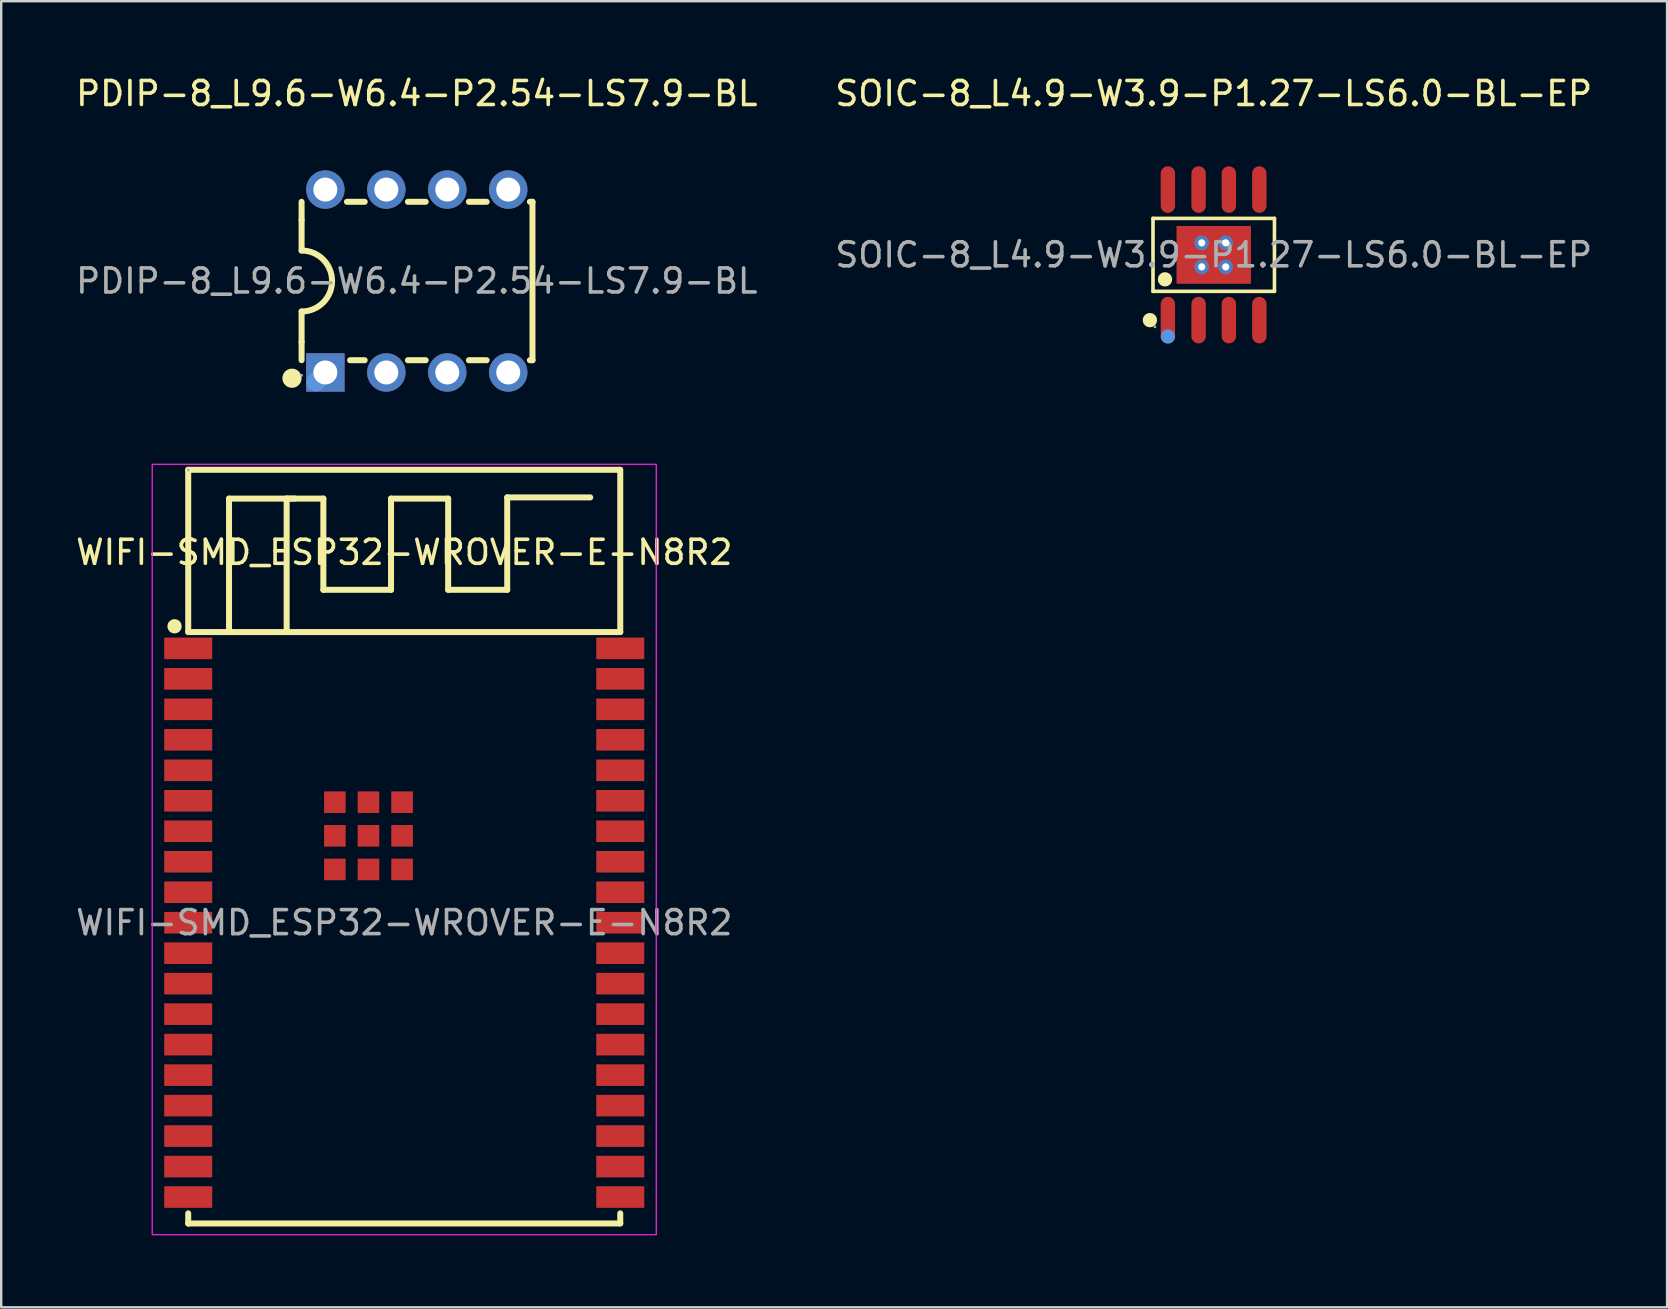
<source format=kicad_pcb>
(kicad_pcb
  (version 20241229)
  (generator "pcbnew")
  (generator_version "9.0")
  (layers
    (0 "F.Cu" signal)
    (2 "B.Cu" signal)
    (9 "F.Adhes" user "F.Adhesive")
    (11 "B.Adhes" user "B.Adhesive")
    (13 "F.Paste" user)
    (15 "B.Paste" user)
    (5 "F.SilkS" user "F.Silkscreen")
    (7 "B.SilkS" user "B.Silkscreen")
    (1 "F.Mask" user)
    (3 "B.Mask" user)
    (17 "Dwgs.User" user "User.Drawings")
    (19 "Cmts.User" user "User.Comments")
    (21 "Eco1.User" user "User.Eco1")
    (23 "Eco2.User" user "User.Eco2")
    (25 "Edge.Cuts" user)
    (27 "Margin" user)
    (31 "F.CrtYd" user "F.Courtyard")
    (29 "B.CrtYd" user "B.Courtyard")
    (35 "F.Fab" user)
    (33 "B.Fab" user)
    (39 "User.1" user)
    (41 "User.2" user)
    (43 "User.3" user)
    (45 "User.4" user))
  (footprint "SOIC-8_L4.9-W3.9-P1.27-LS6.0-BL-EP"
    (layer "F.Cu")
    (at 47.518 7.568)
    (property "Reference" "SOIC-8_L4.9-W3.9-P1.27-LS6.0-BL-EP" (at 0 -6.72 0) (layer "F.SilkS") (effects (font (size 1 1) (thickness 0.15))))
    (attr smd)
    (fp_line (start -2.53 -1.52) (end 2.53 -1.52) (stroke (width 0.15) (type solid)) (layer "F.SilkS"))
    (fp_line (start -2.53 1.52) (end -2.53 -1.52) (stroke (width 0.15) (type solid)) (layer "F.SilkS"))
    (fp_line (start 2.53 -1.52) (end 2.53 1.52) (stroke (width 0.15) (type solid)) (layer "F.SilkS"))
    (fp_line (start 2.53 1.52) (end -2.53 1.52) (stroke (width 0.15) (type solid)) (layer "F.SilkS"))
    (fp_circle (center -2.66 2.72) (end -2.51 2.72) (stroke (width 0.3) (type solid)) (fill no) (layer "F.SilkS"))
    (fp_circle (center -2.03 1.02) (end -1.88 1.02) (stroke (width 0.3) (type solid)) (fill no) (layer "F.SilkS"))
    (fp_circle (center -1.91 3.4) (end -1.76 3.4) (stroke (width 0.3) (type solid)) (fill no) (layer "Cmts.User"))
    (fp_circle (center -2.45 3) (end -2.42 3) (stroke (width 0.06) (type solid)) (fill no) (layer "F.Fab"))
    (fp_text user "${REFERENCE}" (at 0 0 0) (layer "F.Fab") (effects (font (size 1 1) (thickness 0.15))))
    (pad "" thru_hole circle (at -0.5 -0.5) (size 0.61 0.61) (drill 0.3) (layers "*.Cu" "*.Paste" "*.Mask"))
    (pad "" thru_hole circle (at -0.5 0.5) (size 0.61 0.61) (drill 0.3) (layers "*.Cu" "*.Paste" "*.Mask"))
    (pad "" thru_hole circle (at 0.5 -0.5) (size 0.61 0.61) (drill 0.3) (layers "*.Cu" "*.Paste" "*.Mask"))
    (pad "" thru_hole circle (at 0.5 0.5) (size 0.61 0.61) (drill 0.3) (layers "*.Cu" "*.Paste" "*.Mask"))
    (pad "1" smd oval (at -1.91 2.72) (size 0.6 1.94) (layers "F.Cu" "F.Mask" "F.Paste"))
    (pad "2" smd oval (at -0.63 2.72) (size 0.6 1.94) (layers "F.Cu" "F.Mask" "F.Paste"))
    (pad "3" smd oval (at 0.63 2.72) (size 0.6 1.94) (layers "F.Cu" "F.Mask" "F.Paste"))
    (pad "4" smd oval (at 1.9 2.72) (size 0.6 1.94) (layers "F.Cu" "F.Mask" "F.Paste"))
    (pad "5" smd oval (at 1.9 -2.72) (size 0.6 1.94) (layers "F.Cu" "F.Mask" "F.Paste"))
    (pad "6" smd oval (at 0.63 -2.72) (size 0.6 1.94) (layers "F.Cu" "F.Mask" "F.Paste"))
    (pad "7" smd oval (at -0.63 -2.72) (size 0.6 1.94) (layers "F.Cu" "F.Mask" "F.Paste"))
    (pad "8" smd oval (at -1.91 -2.72) (size 0.6 1.94) (layers "F.Cu" "F.Mask" "F.Paste"))
    (pad "9" smd rect (at 0 0) (size 3.1 2.41) (layers "F.Cu" "F.Mask" "F.Paste")))
  (footprint "PDIP-8_L9.6-W6.4-P2.54-LS7.9-BL"
    (layer "F.Cu")
    (at 14.315 8.658)
    (property "Reference" "PDIP-8_L9.6-W6.4-P2.54-LS7.9-BL" (at 0 -7.81 0) (layer "F.SilkS") (effects (font (size 1 1) (thickness 0.15))))
    (attr smd)
    (fp_line (start -4.8 -2.54) (end -4.8 -3.3) (stroke (width 0.25) (type solid)) (layer "F.SilkS"))
    (fp_line (start -4.8 -1.27) (end -4.8 -2.54) (stroke (width 0.25) (type solid)) (layer "F.SilkS"))
    (fp_line (start -4.8 2.54) (end -4.8 1.27) (stroke (width 0.25) (type solid)) (layer "F.SilkS"))
    (fp_line (start -4.8 3.3) (end -4.8 2.54) (stroke (width 0.25) (type solid)) (layer "F.SilkS"))
    (fp_line (start -2.91 -3.3) (end -2.17 -3.3) (stroke (width 0.25) (type solid)) (layer "F.SilkS"))
    (fp_line (start -2.17 3.3) (end -2.78 3.3) (stroke (width 0.25) (type solid)) (layer "F.SilkS"))
    (fp_line (start -0.37 -3.3) (end 0.37 -3.3) (stroke (width 0.25) (type solid)) (layer "F.SilkS"))
    (fp_line (start 0.37 3.3) (end -0.37 3.3) (stroke (width 0.25) (type solid)) (layer "F.SilkS"))
    (fp_line (start 2.17 -3.3) (end 2.91 -3.3) (stroke (width 0.25) (type solid)) (layer "F.SilkS"))
    (fp_line (start 2.91 3.3) (end 2.17 3.3) (stroke (width 0.25) (type solid)) (layer "F.SilkS"))
    (fp_line (start 4.71 -3.3) (end 4.82 -3.3) (stroke (width 0.25) (type solid)) (layer "F.SilkS"))
    (fp_line (start 4.82 -3.3) (end 4.82 3.3) (stroke (width 0.25) (type solid)) (layer "F.SilkS"))
    (fp_line (start 4.82 3.3) (end 4.71 3.3) (stroke (width 0.25) (type solid)) (layer "F.SilkS"))
    (fp_arc (start -4.8 -1.27) (mid -3.53 0) (end -4.8 1.27) (stroke (width 0.25) (type solid)) (layer "F.SilkS"))
    (fp_circle (center -5.2 4.05) (end -5 4.05) (stroke (width 0.4) (type solid)) (fill no) (layer "F.SilkS"))
    (fp_circle (center -4.2 4.2) (end -4 4.2) (stroke (width 0.4) (type solid)) (fill no) (layer "Cmts.User"))
    (fp_circle (center -4.8 3.93) (end -4.77 3.93) (stroke (width 0.06) (type solid)) (fill no) (layer "F.Fab"))
    (fp_text user "${REFERENCE}" (at 0 0 0) (layer "F.Fab") (effects (font (size 1 1) (thickness 0.15))))
    (pad "1" thru_hole rect (at -3.81 3.81) (size 1.6 1.6) (drill 1) (layers "*.Cu" "*.Mask"))
    (pad "2" thru_hole circle (at -1.27 3.81) (size 1.6 1.6) (drill 1) (layers "*.Cu" "*.Mask"))
    (pad "3" thru_hole circle (at 1.27 3.81) (size 1.6 1.6) (drill 1) (layers "*.Cu" "*.Mask"))
    (pad "4" thru_hole circle (at 3.81 3.81) (size 1.6 1.6) (drill 1) (layers "*.Cu" "*.Mask"))
    (pad "5" thru_hole circle (at 3.81 -3.81) (size 1.6 1.6) (drill 1) (layers "*.Cu" "*.Mask"))
    (pad "6" thru_hole circle (at 1.27 -3.81) (size 1.6 1.6) (drill 1) (layers "*.Cu" "*.Mask"))
    (pad "7" thru_hole circle (at -1.27 -3.81) (size 1.6 1.6) (drill 1) (layers "*.Cu" "*.Mask"))
    (pad "8" thru_hole circle (at -3.81 -3.81) (size 1.6 1.6) (drill 1) (layers "*.Cu" "*.Mask")))
  (footprint "WIFI-SMD_ESP32-WROVER-E-N8R2"
    (layer "F.Cu")
    (at 13.792 35.393)
    (property "Reference" "WIFI-SMD_ESP32-WROVER-E-N8R2" (at 0 -15.43 0) (layer "F.SilkS") (effects (font (size 1 1) (thickness 0.15))))
    (attr smd)
    (fp_line (start -9 -18.87) (end 8.99 -18.87) (stroke (width 0.25) (type solid)) (layer "F.SilkS"))
    (fp_line (start -9 -12.11) (end -9 -18.87) (stroke (width 0.25) (type solid)) (layer "F.SilkS"))
    (fp_line (start -9 -12.11) (end 9 -12.11) (stroke (width 0.25) (type solid)) (layer "F.SilkS"))
    (fp_line (start -9 12.53) (end -9 12.11) (stroke (width 0.25) (type solid)) (layer "F.SilkS"))
    (fp_line (start -8.99 12.53) (end -9 12.53) (stroke (width 0.25) (type solid)) (layer "F.SilkS"))
    (fp_line (start -7.3 -17.67) (end -3.37 -17.67) (stroke (width 0.25) (type solid)) (layer "F.SilkS"))
    (fp_line (start -7.3 -12.11) (end -7.3 -17.67) (stroke (width 0.25) (type solid)) (layer "F.SilkS"))
    (fp_line (start -4.9 -17.67) (end -4.9 -12.11) (stroke (width 0.25) (type solid)) (layer "F.SilkS"))
    (fp_line (start -4.56 -17.67) (end -4.9 -17.67) (stroke (width 0.25) (type solid)) (layer "F.SilkS"))
    (fp_line (start -3.37 -17.67) (end -3.37 -13.87) (stroke (width 0.25) (type solid)) (layer "F.SilkS"))
    (fp_line (start -3.37 -13.87) (end -0.55 -13.87) (stroke (width 0.25) (type solid)) (layer "F.SilkS"))
    (fp_line (start -0.55 -17.67) (end 1.83 -17.67) (stroke (width 0.25) (type solid)) (layer "F.SilkS"))
    (fp_line (start -0.55 -13.87) (end -0.55 -17.67) (stroke (width 0.25) (type solid)) (layer "F.SilkS"))
    (fp_line (start 1.83 -17.67) (end 1.83 -13.87) (stroke (width 0.25) (type solid)) (layer "F.SilkS"))
    (fp_line (start 1.83 -13.87) (end 4.29 -13.87) (stroke (width 0.25) (type solid)) (layer "F.SilkS"))
    (fp_line (start 4.29 -17.72) (end 7.75 -17.72) (stroke (width 0.25) (type solid)) (layer "F.SilkS"))
    (fp_line (start 4.29 -13.87) (end 4.29 -17.72) (stroke (width 0.25) (type solid)) (layer "F.SilkS"))
    (fp_line (start 9 -18.87) (end 9 -12.11) (stroke (width 0.25) (type solid)) (layer "F.SilkS"))
    (fp_line (start 9 12.11) (end 9 12.53) (stroke (width 0.25) (type solid)) (layer "F.SilkS"))
    (fp_line (start 9 12.53) (end -8.99 12.53) (stroke (width 0.25) (type solid)) (layer "F.SilkS"))
    (fp_circle (center -9.57 -12.35) (end -9.42 -12.35) (stroke (width 0.3) (type solid)) (fill no) (layer "F.SilkS"))
    (fp_rect (start -10.5 -19.1) (end 10.5 13) (stroke (width 0.05) (type default)) (fill no) (layer "F.CrtYd"))
    (fp_circle (center -9 -18.86) (end -8.97 -18.86) (stroke (width 0.06) (type solid)) (fill no) (layer "F.Fab"))
    (fp_text user "${REFERENCE}" (at 0 0 0) (layer "F.Fab") (effects (font (size 1 1) (thickness 0.15))))
    (pad "1" smd rect (at -9 -11.43) (size 2 0.9) (layers "F.Cu" "F.Mask" "F.Paste"))
    (pad "2" smd rect (at -9 -10.16) (size 2 0.9) (layers "F.Cu" "F.Mask" "F.Paste"))
    (pad "3" smd rect (at -9 -8.89) (size 2 0.9) (layers "F.Cu" "F.Mask" "F.Paste"))
    (pad "4" smd rect (at -9 -7.62) (size 2 0.9) (layers "F.Cu" "F.Mask" "F.Paste"))
    (pad "5" smd rect (at -9 -6.35) (size 2 0.9) (layers "F.Cu" "F.Mask" "F.Paste"))
    (pad "6" smd rect (at -9 -5.08) (size 2 0.9) (layers "F.Cu" "F.Mask" "F.Paste"))
    (pad "7" smd rect (at -9 -3.81) (size 2 0.9) (layers "F.Cu" "F.Mask" "F.Paste"))
    (pad "8" smd rect (at -9 -2.54) (size 2 0.9) (layers "F.Cu" "F.Mask" "F.Paste"))
    (pad "9" smd rect (at -9 -1.27) (size 2 0.9) (layers "F.Cu" "F.Mask" "F.Paste"))
    (pad "10" smd rect (at -9 0) (size 2 0.9) (layers "F.Cu" "F.Mask" "F.Paste"))
    (pad "11" smd rect (at -9 1.27) (size 2 0.9) (layers "F.Cu" "F.Mask" "F.Paste"))
    (pad "12" smd rect (at -9 2.54) (size 2 0.9) (layers "F.Cu" "F.Mask" "F.Paste"))
    (pad "13" smd rect (at -9 3.81) (size 2 0.9) (layers "F.Cu" "F.Mask" "F.Paste"))
    (pad "14" smd rect (at -9 5.08) (size 2 0.9) (layers "F.Cu" "F.Mask" "F.Paste"))
    (pad "15" smd rect (at -9 6.35) (size 2 0.9) (layers "F.Cu" "F.Mask" "F.Paste"))
    (pad "16" smd rect (at -9 7.62) (size 2 0.9) (layers "F.Cu" "F.Mask" "F.Paste"))
    (pad "17" smd rect (at -9 8.89) (size 2 0.9) (layers "F.Cu" "F.Mask" "F.Paste"))
    (pad "18" smd rect (at -9 10.16) (size 2 0.9) (layers "F.Cu" "F.Mask" "F.Paste"))
    (pad "19" smd rect (at -9 11.43) (size 2 0.9) (layers "F.Cu" "F.Mask" "F.Paste"))
    (pad "20" smd rect (at 9 11.43) (size 2 0.9) (layers "F.Cu" "F.Mask" "F.Paste"))
    (pad "21" smd rect (at 9 10.16) (size 2 0.9) (layers "F.Cu" "F.Mask" "F.Paste"))
    (pad "22" smd rect (at 9 8.89) (size 2 0.9) (layers "F.Cu" "F.Mask" "F.Paste"))
    (pad "23" smd rect (at 9 7.62) (size 2 0.9) (layers "F.Cu" "F.Mask" "F.Paste"))
    (pad "24" smd rect (at 9 6.35) (size 2 0.9) (layers "F.Cu" "F.Mask" "F.Paste"))
    (pad "25" smd rect (at 9 5.08) (size 2 0.9) (layers "F.Cu" "F.Mask" "F.Paste"))
    (pad "26" smd rect (at 9 3.81) (size 2 0.9) (layers "F.Cu" "F.Mask" "F.Paste"))
    (pad "27" smd rect (at 9 2.54) (size 2 0.9) (layers "F.Cu" "F.Mask" "F.Paste"))
    (pad "28" smd rect (at 9 1.27) (size 2 0.9) (layers "F.Cu" "F.Mask" "F.Paste"))
    (pad "29" smd rect (at 9 0) (size 2 0.9) (layers "F.Cu" "F.Mask" "F.Paste"))
    (pad "30" smd rect (at 9 -1.27) (size 2 0.9) (layers "F.Cu" "F.Mask" "F.Paste"))
    (pad "31" smd rect (at 9 -2.54) (size 2 0.9) (layers "F.Cu" "F.Mask" "F.Paste"))
    (pad "32" smd rect (at 9 -3.81) (size 2 0.9) (layers "F.Cu" "F.Mask" "F.Paste"))
    (pad "33" smd rect (at 9 -5.08) (size 2 0.9) (layers "F.Cu" "F.Mask" "F.Paste"))
    (pad "34" smd rect (at 9 -6.35) (size 2 0.9) (layers "F.Cu" "F.Mask" "F.Paste"))
    (pad "35" smd rect (at 9 -7.62) (size 2 0.9) (layers "F.Cu" "F.Mask" "F.Paste"))
    (pad "36" smd rect (at 9 -8.89) (size 2 0.9) (layers "F.Cu" "F.Mask" "F.Paste"))
    (pad "37" smd rect (at 9 -10.16) (size 2 0.9) (layers "F.Cu" "F.Mask" "F.Paste"))
    (pad "38" smd rect (at 9 -11.43) (size 2 0.9) (layers "F.Cu" "F.Mask" "F.Paste"))
    (pad "39" smd rect (at -2.89 -5.02) (size 0.9 0.9) (layers "F.Cu" "F.Mask" "F.Paste"))
    (pad "39" smd rect (at -2.89 -3.62) (size 0.9 0.9) (layers "F.Cu" "F.Mask" "F.Paste"))
    (pad "39" smd rect (at -2.89 -2.22) (size 0.9 0.9) (layers "F.Cu" "F.Mask" "F.Paste"))
    (pad "39" smd rect (at -1.49 -5.02) (size 0.9 0.9) (layers "F.Cu" "F.Mask" "F.Paste"))
    (pad "39" smd rect (at -1.49 -3.62) (size 0.9 0.9) (layers "F.Cu" "F.Mask" "F.Paste"))
    (pad "39" smd rect (at -1.49 -2.22) (size 0.9 0.9) (layers "F.Cu" "F.Mask" "F.Paste"))
    (pad "39" smd rect (at -0.09 -5.02) (size 0.9 0.9) (layers "F.Cu" "F.Mask" "F.Paste"))
    (pad "39" smd rect (at -0.09 -3.62) (size 0.9 0.9) (layers "F.Cu" "F.Mask" "F.Paste"))
    (pad "39" smd rect (at -0.09 -2.22) (size 0.9 0.9) (layers "F.Cu" "F.Mask" "F.Paste")))
  (gr_rect
    (start -3 -3)
    (end 66.405 51.418)
    (stroke (width 0.1) (type default))
    (fill no)
    (layer "Edge.Cuts")))
</source>
